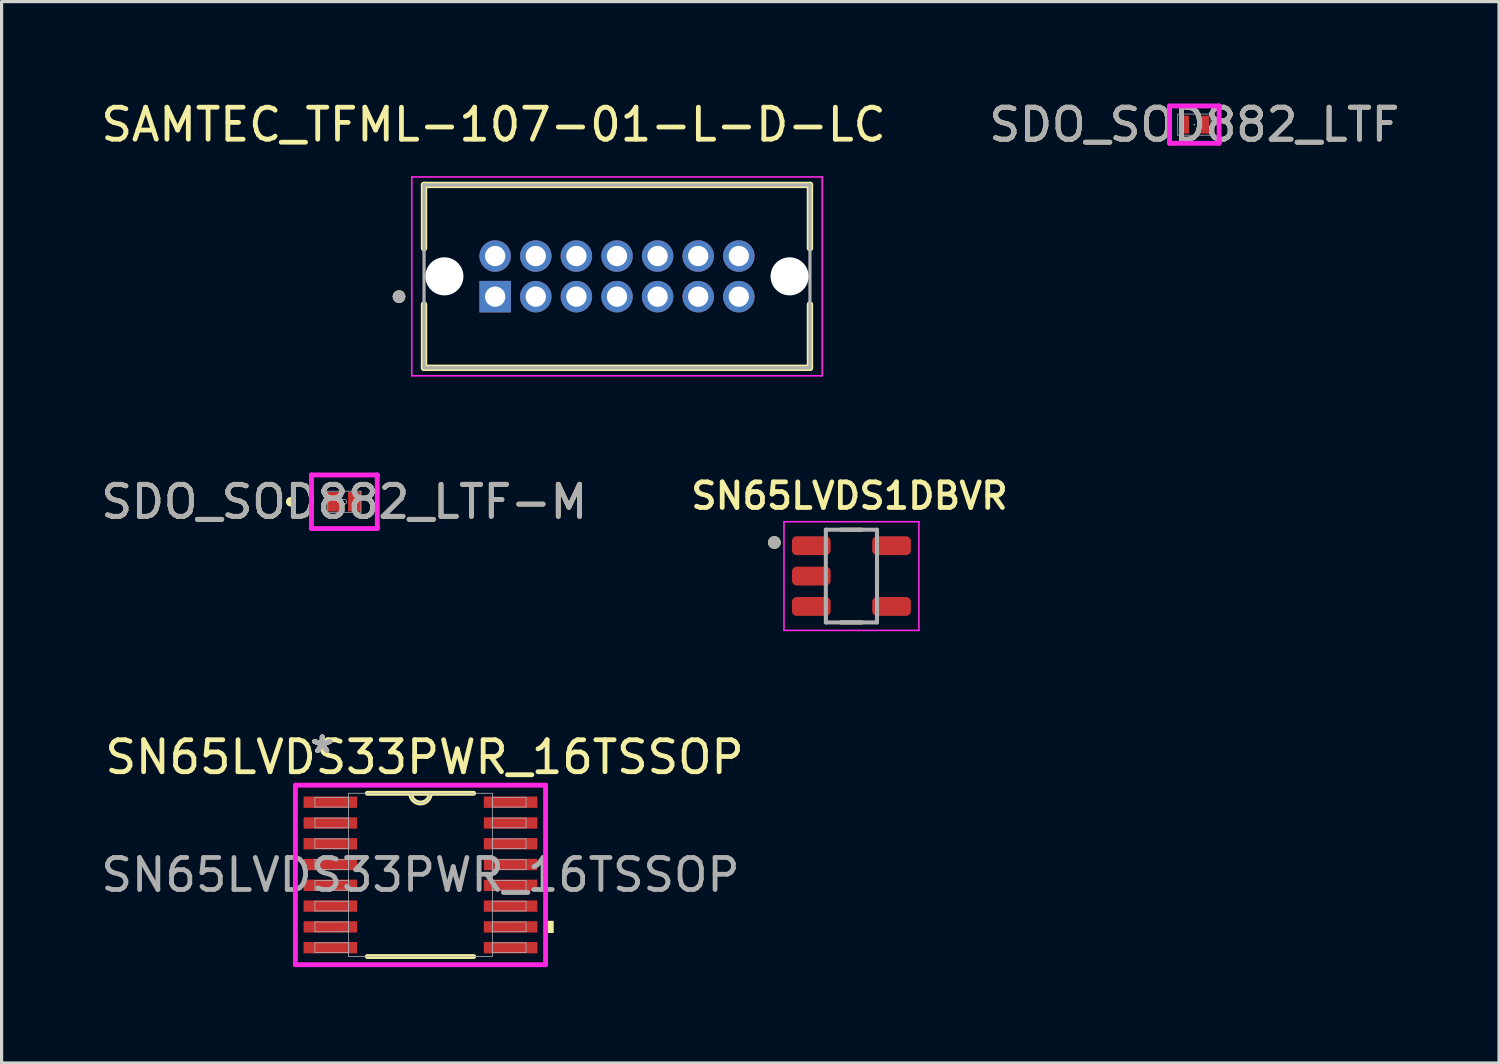
<source format=kicad_pcb>
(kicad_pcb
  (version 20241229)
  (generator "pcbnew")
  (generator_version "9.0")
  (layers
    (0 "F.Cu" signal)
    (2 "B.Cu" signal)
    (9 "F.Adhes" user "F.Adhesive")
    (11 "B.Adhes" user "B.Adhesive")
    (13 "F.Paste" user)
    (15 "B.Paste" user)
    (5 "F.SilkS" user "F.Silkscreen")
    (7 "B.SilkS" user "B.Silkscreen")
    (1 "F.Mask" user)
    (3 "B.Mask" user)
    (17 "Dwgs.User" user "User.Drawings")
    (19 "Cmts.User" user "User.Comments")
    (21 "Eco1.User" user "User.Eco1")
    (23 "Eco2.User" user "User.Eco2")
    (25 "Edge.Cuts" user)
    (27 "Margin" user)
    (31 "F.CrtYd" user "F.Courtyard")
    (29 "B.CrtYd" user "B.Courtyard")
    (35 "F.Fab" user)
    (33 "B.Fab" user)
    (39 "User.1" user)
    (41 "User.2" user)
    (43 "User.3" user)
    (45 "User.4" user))
  (footprint "SN65LVDS33PWR_16TSSOP"
    (layer "F.Cu")
    (at 10.101 24.314)
    (property "Reference" "SN65LVDS33PWR_16TSSOP" (at 0.127 -3.683 0) (unlocked yes) (layer "F.SilkS") (effects (font (size 1 1) (thickness 0.15))))
    (attr smd)
    (fp_line (start -1.664 2.553) (end 1.664 2.553) (stroke (width 0.152) (type solid)) (layer "F.SilkS"))
    (fp_line (start 1.664 -2.553) (end -1.664 -2.553) (stroke (width 0.152) (type solid)) (layer "F.SilkS"))
    (fp_arc (start 0.3048 -2.5527) (mid 0 -2.2479) (end -0.3048 -2.5527) (stroke (width 0.1524) (type solid)) (layer "F.SilkS"))
    (fp_poly (pts (xy 4.166 1.435) (xy 4.166 1.816) (xy 3.912 1.816) (xy 3.912 1.435)) (stroke (width 0) (type solid)) (fill yes) (layer "F.SilkS"))
    (fp_line (start -3.912 -2.807) (end 3.912 -2.807) (stroke (width 0.152) (type solid)) (layer "F.CrtYd"))
    (fp_line (start -3.912 2.807) (end -3.912 -2.807) (stroke (width 0.152) (type solid)) (layer "F.CrtYd"))
    (fp_line (start 3.912 -2.807) (end 3.912 2.807) (stroke (width 0.152) (type solid)) (layer "F.CrtYd"))
    (fp_line (start 3.912 2.807) (end -3.912 2.807) (stroke (width 0.152) (type solid)) (layer "F.CrtYd"))
    (fp_line (start -3.302 -2.427) (end -3.302 -2.123) (stroke (width 0.025) (type solid)) (layer "F.Fab"))
    (fp_line (start -3.302 -2.123) (end -2.248 -2.123) (stroke (width 0.025) (type solid)) (layer "F.Fab"))
    (fp_line (start -3.302 -1.777) (end -3.302 -1.473) (stroke (width 0.025) (type solid)) (layer "F.Fab"))
    (fp_line (start -3.302 -1.473) (end -2.248 -1.473) (stroke (width 0.025) (type solid)) (layer "F.Fab"))
    (fp_line (start -3.302 -1.127) (end -3.302 -0.823) (stroke (width 0.025) (type solid)) (layer "F.Fab"))
    (fp_line (start -3.302 -0.823) (end -2.248 -0.823) (stroke (width 0.025) (type solid)) (layer "F.Fab"))
    (fp_line (start -3.302 -0.477) (end -3.302 -0.173) (stroke (width 0.025) (type solid)) (layer "F.Fab"))
    (fp_line (start -3.302 -0.173) (end -2.248 -0.173) (stroke (width 0.025) (type solid)) (layer "F.Fab"))
    (fp_line (start -3.302 0.173) (end -3.302 0.477) (stroke (width 0.025) (type solid)) (layer "F.Fab"))
    (fp_line (start -3.302 0.477) (end -2.248 0.477) (stroke (width 0.025) (type solid)) (layer "F.Fab"))
    (fp_line (start -3.302 0.823) (end -3.302 1.127) (stroke (width 0.025) (type solid)) (layer "F.Fab"))
    (fp_line (start -3.302 1.127) (end -2.248 1.127) (stroke (width 0.025) (type solid)) (layer "F.Fab"))
    (fp_line (start -3.302 1.473) (end -3.302 1.777) (stroke (width 0.025) (type solid)) (layer "F.Fab"))
    (fp_line (start -3.302 1.777) (end -2.248 1.777) (stroke (width 0.025) (type solid)) (layer "F.Fab"))
    (fp_line (start -3.302 2.123) (end -3.302 2.427) (stroke (width 0.025) (type solid)) (layer "F.Fab"))
    (fp_line (start -3.302 2.427) (end -2.248 2.427) (stroke (width 0.025) (type solid)) (layer "F.Fab"))
    (fp_line (start -2.248 -2.553) (end -2.248 2.553) (stroke (width 0.025) (type solid)) (layer "F.Fab"))
    (fp_line (start -2.248 -2.427) (end -3.302 -2.427) (stroke (width 0.025) (type solid)) (layer "F.Fab"))
    (fp_line (start -2.248 -2.123) (end -2.248 -2.427) (stroke (width 0.025) (type solid)) (layer "F.Fab"))
    (fp_line (start -2.248 -1.777) (end -3.302 -1.777) (stroke (width 0.025) (type solid)) (layer "F.Fab"))
    (fp_line (start -2.248 -1.473) (end -2.248 -1.777) (stroke (width 0.025) (type solid)) (layer "F.Fab"))
    (fp_line (start -2.248 -1.127) (end -3.302 -1.127) (stroke (width 0.025) (type solid)) (layer "F.Fab"))
    (fp_line (start -2.248 -0.823) (end -2.248 -1.127) (stroke (width 0.025) (type solid)) (layer "F.Fab"))
    (fp_line (start -2.248 -0.477) (end -3.302 -0.477) (stroke (width 0.025) (type solid)) (layer "F.Fab"))
    (fp_line (start -2.248 -0.173) (end -2.248 -0.477) (stroke (width 0.025) (type solid)) (layer "F.Fab"))
    (fp_line (start -2.248 0.173) (end -3.302 0.173) (stroke (width 0.025) (type solid)) (layer "F.Fab"))
    (fp_line (start -2.248 0.477) (end -2.248 0.173) (stroke (width 0.025) (type solid)) (layer "F.Fab"))
    (fp_line (start -2.248 0.823) (end -3.302 0.823) (stroke (width 0.025) (type solid)) (layer "F.Fab"))
    (fp_line (start -2.248 1.127) (end -2.248 0.823) (stroke (width 0.025) (type solid)) (layer "F.Fab"))
    (fp_line (start -2.248 1.473) (end -3.302 1.473) (stroke (width 0.025) (type solid)) (layer "F.Fab"))
    (fp_line (start -2.248 1.777) (end -2.248 1.473) (stroke (width 0.025) (type solid)) (layer "F.Fab"))
    (fp_line (start -2.248 2.123) (end -3.302 2.123) (stroke (width 0.025) (type solid)) (layer "F.Fab"))
    (fp_line (start -2.248 2.427) (end -2.248 2.123) (stroke (width 0.025) (type solid)) (layer "F.Fab"))
    (fp_line (start -2.248 2.553) (end 2.248 2.553) (stroke (width 0.025) (type solid)) (layer "F.Fab"))
    (fp_line (start 2.248 -2.553) (end -2.248 -2.553) (stroke (width 0.025) (type solid)) (layer "F.Fab"))
    (fp_line (start 2.248 -2.427) (end 2.248 -2.123) (stroke (width 0.025) (type solid)) (layer "F.Fab"))
    (fp_line (start 2.248 -2.123) (end 3.302 -2.123) (stroke (width 0.025) (type solid)) (layer "F.Fab"))
    (fp_line (start 2.248 -1.777) (end 2.248 -1.473) (stroke (width 0.025) (type solid)) (layer "F.Fab"))
    (fp_line (start 2.248 -1.473) (end 3.302 -1.473) (stroke (width 0.025) (type solid)) (layer "F.Fab"))
    (fp_line (start 2.248 -1.127) (end 2.248 -0.823) (stroke (width 0.025) (type solid)) (layer "F.Fab"))
    (fp_line (start 2.248 -0.823) (end 3.302 -0.823) (stroke (width 0.025) (type solid)) (layer "F.Fab"))
    (fp_line (start 2.248 -0.477) (end 2.248 -0.173) (stroke (width 0.025) (type solid)) (layer "F.Fab"))
    (fp_line (start 2.248 -0.173) (end 3.302 -0.173) (stroke (width 0.025) (type solid)) (layer "F.Fab"))
    (fp_line (start 2.248 0.173) (end 2.248 0.477) (stroke (width 0.025) (type solid)) (layer "F.Fab"))
    (fp_line (start 2.248 0.477) (end 3.302 0.477) (stroke (width 0.025) (type solid)) (layer "F.Fab"))
    (fp_line (start 2.248 0.823) (end 2.248 1.127) (stroke (width 0.025) (type solid)) (layer "F.Fab"))
    (fp_line (start 2.248 1.127) (end 3.302 1.127) (stroke (width 0.025) (type solid)) (layer "F.Fab"))
    (fp_line (start 2.248 1.473) (end 2.248 1.777) (stroke (width 0.025) (type solid)) (layer "F.Fab"))
    (fp_line (start 2.248 1.777) (end 3.302 1.777) (stroke (width 0.025) (type solid)) (layer "F.Fab"))
    (fp_line (start 2.248 2.123) (end 2.248 2.427) (stroke (width 0.025) (type solid)) (layer "F.Fab"))
    (fp_line (start 2.248 2.427) (end 3.302 2.427) (stroke (width 0.025) (type solid)) (layer "F.Fab"))
    (fp_line (start 2.248 2.553) (end 2.248 -2.553) (stroke (width 0.025) (type solid)) (layer "F.Fab"))
    (fp_line (start 3.302 -2.427) (end 2.248 -2.427) (stroke (width 0.025) (type solid)) (layer "F.Fab"))
    (fp_line (start 3.302 -2.123) (end 3.302 -2.427) (stroke (width 0.025) (type solid)) (layer "F.Fab"))
    (fp_line (start 3.302 -1.777) (end 2.248 -1.777) (stroke (width 0.025) (type solid)) (layer "F.Fab"))
    (fp_line (start 3.302 -1.473) (end 3.302 -1.777) (stroke (width 0.025) (type solid)) (layer "F.Fab"))
    (fp_line (start 3.302 -1.127) (end 2.248 -1.127) (stroke (width 0.025) (type solid)) (layer "F.Fab"))
    (fp_line (start 3.302 -0.823) (end 3.302 -1.127) (stroke (width 0.025) (type solid)) (layer "F.Fab"))
    (fp_line (start 3.302 -0.477) (end 2.248 -0.477) (stroke (width 0.025) (type solid)) (layer "F.Fab"))
    (fp_line (start 3.302 -0.173) (end 3.302 -0.477) (stroke (width 0.025) (type solid)) (layer "F.Fab"))
    (fp_line (start 3.302 0.173) (end 2.248 0.173) (stroke (width 0.025) (type solid)) (layer "F.Fab"))
    (fp_line (start 3.302 0.477) (end 3.302 0.173) (stroke (width 0.025) (type solid)) (layer "F.Fab"))
    (fp_line (start 3.302 0.823) (end 2.248 0.823) (stroke (width 0.025) (type solid)) (layer "F.Fab"))
    (fp_line (start 3.302 1.127) (end 3.302 0.823) (stroke (width 0.025) (type solid)) (layer "F.Fab"))
    (fp_line (start 3.302 1.473) (end 2.248 1.473) (stroke (width 0.025) (type solid)) (layer "F.Fab"))
    (fp_line (start 3.302 1.777) (end 3.302 1.473) (stroke (width 0.025) (type solid)) (layer "F.Fab"))
    (fp_line (start 3.302 2.123) (end 2.248 2.123) (stroke (width 0.025) (type solid)) (layer "F.Fab"))
    (fp_line (start 3.302 2.427) (end 3.302 2.123) (stroke (width 0.025) (type solid)) (layer "F.Fab"))
    (fp_arc (start 0.3048 -2.5527) (mid 0 -2.2479) (end -0.3048 -2.5527) (stroke (width 0.0254) (type solid)) (layer "F.Fab"))
    (fp_text user "*" (at -3.073 -3.774 0) (unlocked yes) (layer "F.SilkS") (effects (font (size 1 1) (thickness 0.15))))
    (fp_text user "*" (at -3.073 -3.774 0) (layer "F.SilkS") (effects (font (size 1 1) (thickness 0.15))))
    (fp_text user "*" (at -3.073 -3.774 0) (unlocked yes) (layer "F.Fab") (effects (font (size 1 1) (thickness 0.15))))
    (fp_text user "*" (at -3.073 -3.774 0) (layer "F.Fab") (effects (font (size 1 1) (thickness 0.15))))
    (fp_text user "${REFERENCE}" (at 0 0 0) (unlocked yes) (layer "F.Fab") (effects (font (size 1 1) (thickness 0.15))))
    (pad "1" smd rect (at -2.819 -2.275) (size 1.676 0.356) (layers "F.Cu" "F.Mask" "F.Paste"))
    (pad "2" smd rect (at -2.819 -1.625) (size 1.676 0.356) (layers "F.Cu" "F.Mask" "F.Paste"))
    (pad "3" smd rect (at -2.819 -0.975) (size 1.676 0.356) (layers "F.Cu" "F.Mask" "F.Paste"))
    (pad "4" smd rect (at -2.819 -0.325) (size 1.676 0.356) (layers "F.Cu" "F.Mask" "F.Paste"))
    (pad "5" smd rect (at -2.819 0.325) (size 1.676 0.356) (layers "F.Cu" "F.Mask" "F.Paste"))
    (pad "6" smd rect (at -2.819 0.975) (size 1.676 0.356) (layers "F.Cu" "F.Mask" "F.Paste"))
    (pad "7" smd rect (at -2.819 1.625) (size 1.676 0.356) (layers "F.Cu" "F.Mask" "F.Paste"))
    (pad "8" smd rect (at -2.819 2.275) (size 1.676 0.356) (layers "F.Cu" "F.Mask" "F.Paste"))
    (pad "9" smd rect (at 2.819 2.275) (size 1.676 0.356) (layers "F.Cu" "F.Mask" "F.Paste"))
    (pad "10" smd rect (at 2.819 1.625) (size 1.676 0.356) (layers "F.Cu" "F.Mask" "F.Paste"))
    (pad "11" smd rect (at 2.819 0.975) (size 1.676 0.356) (layers "F.Cu" "F.Mask" "F.Paste"))
    (pad "12" smd rect (at 2.819 0.325) (size 1.676 0.356) (layers "F.Cu" "F.Mask" "F.Paste"))
    (pad "13" smd rect (at 2.819 -0.325) (size 1.676 0.356) (layers "F.Cu" "F.Mask" "F.Paste"))
    (pad "14" smd rect (at 2.819 -0.975) (size 1.676 0.356) (layers "F.Cu" "F.Mask" "F.Paste"))
    (pad "15" smd rect (at 2.819 -1.625) (size 1.676 0.356) (layers "F.Cu" "F.Mask" "F.Paste"))
    (pad "16" smd rect (at 2.819 -2.275) (size 1.676 0.356) (layers "F.Cu" "F.Mask" "F.Paste")))
  (footprint "SDO_SOD882_LTF"
    (layer "F.Cu")
    (at 34.304 0.848)
    (property "Reference" "SDO_SOD882_LTF" (at 0 0 0) (unlocked yes) (layer "F.SilkS") (effects (font (size 1 1) (thickness 0.15))))
    (attr smd)
    (fp_line (start -0.775 -0.584) (end 0.775 -0.584) (stroke (width 0.152) (type solid)) (layer "F.CrtYd"))
    (fp_line (start -0.775 -0.533) (end -0.775 -0.584) (stroke (width 0.152) (type solid)) (layer "F.CrtYd"))
    (fp_line (start -0.775 -0.533) (end -0.775 -0.533) (stroke (width 0.152) (type solid)) (layer "F.CrtYd"))
    (fp_line (start -0.775 0.533) (end -0.775 -0.533) (stroke (width 0.152) (type solid)) (layer "F.CrtYd"))
    (fp_line (start -0.775 0.533) (end -0.775 0.533) (stroke (width 0.152) (type solid)) (layer "F.CrtYd"))
    (fp_line (start -0.775 0.584) (end -0.775 0.533) (stroke (width 0.152) (type solid)) (layer "F.CrtYd"))
    (fp_line (start 0.775 -0.584) (end 0.775 -0.533) (stroke (width 0.152) (type solid)) (layer "F.CrtYd"))
    (fp_line (start 0.775 -0.533) (end 0.775 -0.533) (stroke (width 0.152) (type solid)) (layer "F.CrtYd"))
    (fp_line (start 0.775 -0.533) (end 0.775 0.533) (stroke (width 0.152) (type solid)) (layer "F.CrtYd"))
    (fp_line (start 0.775 0.533) (end 0.775 0.533) (stroke (width 0.152) (type solid)) (layer "F.CrtYd"))
    (fp_line (start 0.775 0.533) (end 0.775 0.584) (stroke (width 0.152) (type solid)) (layer "F.CrtYd"))
    (fp_line (start 0.775 0.584) (end -0.775 0.584) (stroke (width 0.152) (type solid)) (layer "F.CrtYd"))
    (fp_line (start -0.521 -0.33) (end -0.521 0.33) (stroke (width 0.025) (type solid)) (layer "F.Fab"))
    (fp_line (start -0.521 0.33) (end 0.521 0.33) (stroke (width 0.025) (type solid)) (layer "F.Fab"))
    (fp_line (start 0.521 -0.33) (end -0.521 -0.33) (stroke (width 0.025) (type solid)) (layer "F.Fab"))
    (fp_line (start 0.521 0.33) (end 0.521 -0.33) (stroke (width 0.025) (type solid)) (layer "F.Fab"))
    (fp_circle (center 0 0) (end 0 0) (stroke (width 0.025) (type solid)) (fill no) (layer "F.Fab"))
    (fp_text user "${REFERENCE}" (at 0 0 0) (unlocked yes) (layer "F.Fab") (effects (font (size 1 1) (thickness 0.15))))
    (pad "1" smd rect (at -0.318 0) (size 0.305 0.559) (layers "F.Cu" "F.Mask" "F.Paste"))
    (pad "2" smd rect (at 0.318 0) (size 0.305 0.559) (layers "F.Cu" "F.Mask" "F.Paste")))
  (footprint "SN65LVDS1DBVR"
    (layer "F.Cu")
    (at 23.579 14.967)
    (property "Reference" "SN65LVDS1DBVR" (at -0.06 -2.508 0) (layer "F.SilkS") (effects (font (size 0.8 0.8) (thickness 0.15))))
    (attr smd)
    (fp_line (start -0.33 -1.45) (end 0.33 -1.45) (stroke (width 0.127) (type solid)) (layer "F.SilkS"))
    (fp_line (start 0.33 1.45) (end -0.33 1.45) (stroke (width 0.127) (type solid)) (layer "F.SilkS"))
    (fp_line (start 0.8 -0.335) (end 0.8 0.335) (stroke (width 0.127) (type solid)) (layer "F.SilkS"))
    (fp_circle (center -2.41 -1.05) (end -2.31 -1.05) (stroke (width 0.2) (type solid)) (fill no) (layer "F.SilkS"))
    (fp_line (start -2.11 -1.7) (end 2.11 -1.7) (stroke (width 0.05) (type solid)) (layer "F.CrtYd"))
    (fp_line (start -2.11 1.7) (end -2.11 -1.7) (stroke (width 0.05) (type solid)) (layer "F.CrtYd"))
    (fp_line (start 2.11 -1.7) (end 2.11 1.7) (stroke (width 0.05) (type solid)) (layer "F.CrtYd"))
    (fp_line (start 2.11 1.7) (end -2.11 1.7) (stroke (width 0.05) (type solid)) (layer "F.CrtYd"))
    (fp_line (start -0.8 -1.45) (end 0.8 -1.45) (stroke (width 0.127) (type solid)) (layer "F.Fab"))
    (fp_line (start -0.8 1.45) (end -0.8 -1.45) (stroke (width 0.127) (type solid)) (layer "F.Fab"))
    (fp_line (start 0.8 -1.45) (end 0.8 1.45) (stroke (width 0.127) (type solid)) (layer "F.Fab"))
    (fp_line (start 0.8 1.45) (end -0.8 1.45) (stroke (width 0.127) (type solid)) (layer "F.Fab"))
    (fp_circle (center -2.41 -1.05) (end -2.31 -1.05) (stroke (width 0.2) (type solid)) (fill no) (layer "F.Fab"))
    (pad "1" smd roundrect (at -1.255 -0.95) (size 1.21 0.59) (layers "F.Cu" "F.Mask" "F.Paste") (roundrect_rratio 0.25))
    (pad "2" smd roundrect (at -1.255 0) (size 1.21 0.59) (layers "F.Cu" "F.Mask" "F.Paste") (roundrect_rratio 0.25))
    (pad "3" smd roundrect (at -1.255 0.95) (size 1.21 0.59) (layers "F.Cu" "F.Mask" "F.Paste") (roundrect_rratio 0.25))
    (pad "4" smd roundrect (at 1.255 0.95) (size 1.21 0.59) (layers "F.Cu" "F.Mask" "F.Paste") (roundrect_rratio 0.25))
    (pad "5" smd roundrect (at 1.255 -0.95) (size 1.21 0.59) (layers "F.Cu" "F.Mask" "F.Paste") (roundrect_rratio 0.25)))
  (footprint "SAMTEC_TFML-107-01-L-D-LC"
    (layer "F.Cu")
    (at 12.437 6.228)
    (property "Reference" "SAMTEC_TFML-107-01-L-D-LC" (at -0.05 -5.38 0) (layer "F.SilkS") (effects (font (size 1 1) (thickness 0.15))))
    (attr through_hole)
    (fp_line (start -2.225 -3.495) (end -2.225 -1.515) (stroke (width 0.2) (type solid)) (layer "F.SilkS"))
    (fp_line (start -2.225 0.245) (end -2.225 2.225) (stroke (width 0.2) (type solid)) (layer "F.SilkS"))
    (fp_line (start 9.845 -3.495) (end -2.225 -3.495) (stroke (width 0.2) (type solid)) (layer "F.SilkS"))
    (fp_line (start 9.845 -1.515) (end 9.845 -3.495) (stroke (width 0.2) (type solid)) (layer "F.SilkS"))
    (fp_line (start 9.845 2.225) (end -2.225 2.225) (stroke (width 0.2) (type solid)) (layer "F.SilkS"))
    (fp_line (start 9.845 2.225) (end 9.845 0.245) (stroke (width 0.2) (type solid)) (layer "F.SilkS"))
    (fp_circle (center -3.008 0) (end -2.908 0) (stroke (width 0.2) (type solid)) (fill no) (layer "F.SilkS"))
    (fp_line (start -2.608 -3.745) (end 10.228 -3.745) (stroke (width 0.05) (type solid)) (layer "F.CrtYd"))
    (fp_line (start -2.608 2.475) (end -2.608 -3.745) (stroke (width 0.05) (type solid)) (layer "F.CrtYd"))
    (fp_line (start 10.228 -3.745) (end 10.228 2.475) (stroke (width 0.05) (type solid)) (layer "F.CrtYd"))
    (fp_line (start 10.228 2.475) (end -2.608 2.475) (stroke (width 0.05) (type solid)) (layer "F.CrtYd"))
    (fp_line (start -2.225 -3.495) (end 9.845 -3.495) (stroke (width 0.1) (type solid)) (layer "F.Fab"))
    (fp_line (start -2.225 2.225) (end -2.225 -3.495) (stroke (width 0.1) (type solid)) (layer "F.Fab"))
    (fp_line (start 9.845 -3.495) (end 9.845 2.225) (stroke (width 0.1) (type solid)) (layer "F.Fab"))
    (fp_line (start 9.845 2.225) (end -2.225 2.225) (stroke (width 0.1) (type solid)) (layer "F.Fab"))
    (fp_circle (center -3.008 0) (end -2.908 0) (stroke (width 0.2) (type solid)) (fill no) (layer "F.Fab"))
    (pad "" np_thru_hole circle (at -1.588 -0.635) (size 1.19 1.19) (drill 1.19) (layers "*.Cu" "*.Mask"))
    (pad "" np_thru_hole circle (at 9.208 -0.635) (size 1.19 1.19) (drill 1.19) (layers "*.Cu" "*.Mask"))
    (pad "01" thru_hole rect (at 0 0) (size 0.985 0.985) (drill 0.635) (layers "*.Cu" "*.Mask"))
    (pad "02" thru_hole circle (at 0 -1.27) (size 0.985 0.985) (drill 0.635) (layers "*.Cu" "*.Mask"))
    (pad "03" thru_hole circle (at 1.27 0) (size 0.985 0.985) (drill 0.635) (layers "*.Cu" "*.Mask"))
    (pad "04" thru_hole circle (at 1.27 -1.27) (size 0.985 0.985) (drill 0.635) (layers "*.Cu" "*.Mask"))
    (pad "05" thru_hole circle (at 2.54 0) (size 0.985 0.985) (drill 0.635) (layers "*.Cu" "*.Mask"))
    (pad "06" thru_hole circle (at 2.54 -1.27) (size 0.985 0.985) (drill 0.635) (layers "*.Cu" "*.Mask"))
    (pad "07" thru_hole circle (at 3.81 0) (size 0.985 0.985) (drill 0.635) (layers "*.Cu" "*.Mask"))
    (pad "08" thru_hole circle (at 3.81 -1.27) (size 0.985 0.985) (drill 0.635) (layers "*.Cu" "*.Mask"))
    (pad "09" thru_hole circle (at 5.08 0) (size 0.985 0.985) (drill 0.635) (layers "*.Cu" "*.Mask"))
    (pad "10" thru_hole circle (at 5.08 -1.27) (size 0.985 0.985) (drill 0.635) (layers "*.Cu" "*.Mask"))
    (pad "11" thru_hole circle (at 6.35 0) (size 0.985 0.985) (drill 0.635) (layers "*.Cu" "*.Mask"))
    (pad "12" thru_hole circle (at 6.35 -1.27) (size 0.985 0.985) (drill 0.635) (layers "*.Cu" "*.Mask"))
    (pad "13" thru_hole circle (at 7.62 0) (size 0.985 0.985) (drill 0.635) (layers "*.Cu" "*.Mask"))
    (pad "14" thru_hole circle (at 7.62 -1.27) (size 0.985 0.985) (drill 0.635) (layers "*.Cu" "*.Mask")))
  (footprint "SDO_SOD882_LTF-M"
    (layer "F.Cu")
    (at 7.72 12.643)
    (property "Reference" "SDO_SOD882_LTF-M" (at 0 0 0) (unlocked yes) (layer "F.SilkS") (effects (font (size 1 1) (thickness 0.15))))
    (attr smd)
    (fp_circle (center -1.676 0) (end -1.6 0) (stroke (width 0.152) (type solid)) (fill no) (layer "F.SilkS"))
    (fp_line (start -1.029 -0.838) (end 1.029 -0.838) (stroke (width 0.152) (type solid)) (layer "F.CrtYd"))
    (fp_line (start -1.029 -0.813) (end -1.029 -0.838) (stroke (width 0.152) (type solid)) (layer "F.CrtYd"))
    (fp_line (start -1.029 -0.813) (end -1.029 -0.813) (stroke (width 0.152) (type solid)) (layer "F.CrtYd"))
    (fp_line (start -1.029 0.813) (end -1.029 -0.813) (stroke (width 0.152) (type solid)) (layer "F.CrtYd"))
    (fp_line (start -1.029 0.813) (end -1.029 0.813) (stroke (width 0.152) (type solid)) (layer "F.CrtYd"))
    (fp_line (start -1.029 0.838) (end -1.029 0.813) (stroke (width 0.152) (type solid)) (layer "F.CrtYd"))
    (fp_line (start 1.029 -0.838) (end 1.029 -0.813) (stroke (width 0.152) (type solid)) (layer "F.CrtYd"))
    (fp_line (start 1.029 -0.813) (end 1.029 -0.813) (stroke (width 0.152) (type solid)) (layer "F.CrtYd"))
    (fp_line (start 1.029 -0.813) (end 1.029 0.813) (stroke (width 0.152) (type solid)) (layer "F.CrtYd"))
    (fp_line (start 1.029 0.813) (end 1.029 0.813) (stroke (width 0.152) (type solid)) (layer "F.CrtYd"))
    (fp_line (start 1.029 0.813) (end 1.029 0.838) (stroke (width 0.152) (type solid)) (layer "F.CrtYd"))
    (fp_line (start 1.029 0.838) (end -1.029 0.838) (stroke (width 0.152) (type solid)) (layer "F.CrtYd"))
    (fp_line (start -0.521 -0.33) (end -0.521 0.33) (stroke (width 0.025) (type solid)) (layer "F.Fab"))
    (fp_line (start -0.521 0.33) (end 0.521 0.33) (stroke (width 0.025) (type solid)) (layer "F.Fab"))
    (fp_line (start 0.521 -0.33) (end -0.521 -0.33) (stroke (width 0.025) (type solid)) (layer "F.Fab"))
    (fp_line (start 0.521 0.33) (end 0.521 -0.33) (stroke (width 0.025) (type solid)) (layer "F.Fab"))
    (fp_circle (center 0 0) (end 0.076 0) (stroke (width 0.025) (type solid)) (fill no) (layer "F.Fab"))
    (fp_text user "${REFERENCE}" (at 0 0 0) (unlocked yes) (layer "F.Fab") (effects (font (size 1 1) (thickness 0.15))))
    (pad "1" smd rect (at -0.318 0) (size 0.406 0.61) (layers "F.Cu" "F.Mask" "F.Paste"))
    (pad "2" smd rect (at 0.318 0) (size 0.406 0.61) (layers "F.Cu" "F.Mask" "F.Paste")))
  (gr_rect
    (start -3 -3)
    (end 43.833 30.197)
    (stroke (width 0.1) (type default))
    (fill no)
    (layer "Edge.Cuts")))
</source>
